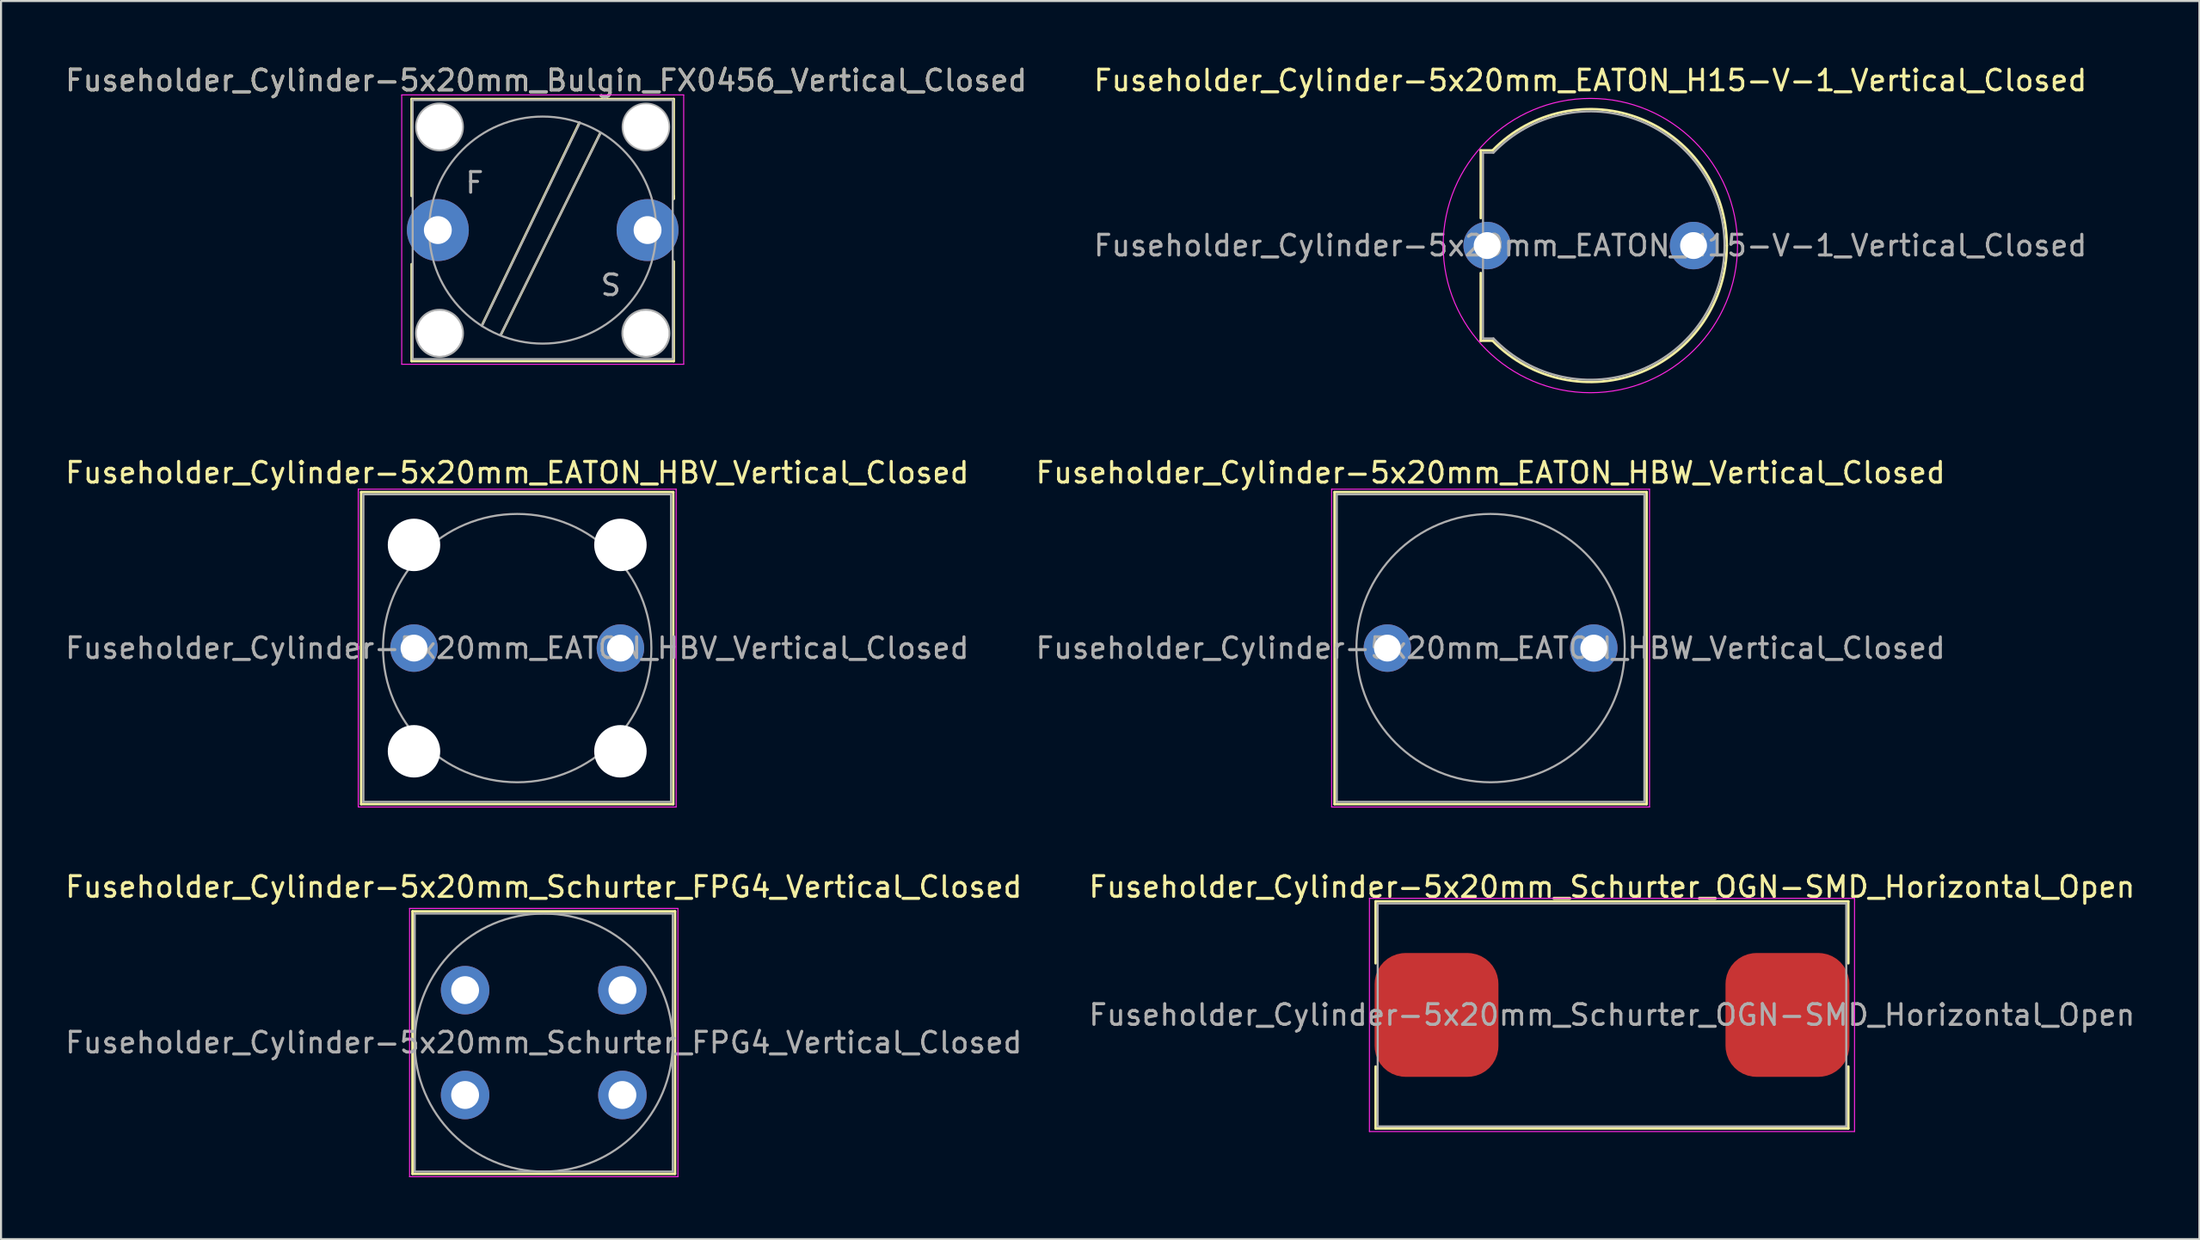
<source format=kicad_pcb>
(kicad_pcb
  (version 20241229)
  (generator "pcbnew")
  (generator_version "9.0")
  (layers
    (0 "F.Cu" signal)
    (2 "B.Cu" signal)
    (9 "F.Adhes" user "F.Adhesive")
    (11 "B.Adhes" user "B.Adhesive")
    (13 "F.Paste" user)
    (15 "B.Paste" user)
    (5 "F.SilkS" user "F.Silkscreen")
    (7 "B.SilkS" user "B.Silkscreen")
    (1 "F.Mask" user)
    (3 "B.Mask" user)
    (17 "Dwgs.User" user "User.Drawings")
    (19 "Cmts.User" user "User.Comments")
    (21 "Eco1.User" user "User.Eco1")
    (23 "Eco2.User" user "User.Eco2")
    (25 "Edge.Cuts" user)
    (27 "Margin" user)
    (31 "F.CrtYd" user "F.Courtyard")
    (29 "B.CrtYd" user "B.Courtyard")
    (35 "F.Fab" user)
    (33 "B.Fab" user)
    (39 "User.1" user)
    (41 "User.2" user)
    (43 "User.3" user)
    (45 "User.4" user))
  (footprint "Fuseholder_Cylinder-5x20mm_Schurter_OGN-SMD_Horizontal_Open"
    (layer "F.Cu")
    (at 75.042 46.125)
    (property "Reference" "Fuseholder_Cylinder-5x20mm_Schurter_OGN-SMD_Horizontal_Open" (at 0 -6.2 0) (layer "F.SilkS") (effects (font (size 1 1) (thickness 0.15))))
    (attr smd)
    (fp_line (start -11.45 -5.5) (end -11.45 -2.5) (stroke (width 0.12) (type solid)) (layer "F.SilkS"))
    (fp_line (start -11.45 -5.5) (end 11.45 -5.5) (stroke (width 0.12) (type solid)) (layer "F.SilkS"))
    (fp_line (start -11.45 5.5) (end -11.45 2.5) (stroke (width 0.12) (type solid)) (layer "F.SilkS"))
    (fp_line (start -11.45 5.5) (end 11.45 5.5) (stroke (width 0.12) (type solid)) (layer "F.SilkS"))
    (fp_line (start 11.45 -5.5) (end 11.45 -2.5) (stroke (width 0.12) (type solid)) (layer "F.SilkS"))
    (fp_line (start 11.45 5.5) (end 11.45 2.5) (stroke (width 0.12) (type solid)) (layer "F.SilkS"))
    (fp_line (start -11.75 -5.65) (end 11.75 -5.65) (stroke (width 0.05) (type solid)) (layer "F.CrtYd"))
    (fp_line (start -11.75 5.65) (end -11.75 -5.65) (stroke (width 0.05) (type solid)) (layer "F.CrtYd"))
    (fp_line (start 11.75 5.65) (end -11.75 5.65) (stroke (width 0.05) (type solid)) (layer "F.CrtYd"))
    (fp_line (start 11.75 5.65) (end 11.75 -5.65) (stroke (width 0.05) (type solid)) (layer "F.CrtYd"))
    (fp_line (start -11.35 -5.4) (end -11.35 5.4) (stroke (width 0.1) (type solid)) (layer "F.Fab"))
    (fp_line (start -11.35 -5.4) (end 11.35 -5.4) (stroke (width 0.1) (type solid)) (layer "F.Fab"))
    (fp_line (start 11.35 -5.4) (end 11.35 5.4) (stroke (width 0.1) (type solid)) (layer "F.Fab"))
    (fp_line (start 11.35 5.4) (end -11.35 5.4) (stroke (width 0.1) (type solid)) (layer "F.Fab"))
    (fp_text user "${REFERENCE}" (at 0 0 0) (layer "F.Fab") (effects (font (size 1 1) (thickness 0.15))))
    (pad "1" smd roundrect (at -8.5 0) (size 6 6) (layers "F.Cu" "F.Mask" "F.Paste") (roundrect_rratio 0.25))
    (pad "2" smd roundrect (at 8.5 0) (size 6 6) (layers "F.Cu" "F.Mask" "F.Paste") (roundrect_rratio 0.25)))
  (footprint "Fuseholder_Cylinder-5x20mm_EATON_HBW_Vertical_Closed"
    (layer "F.Cu")
    (at 64.161 28.352)
    (property "Reference" "Fuseholder_Cylinder-5x20mm_EATON_HBW_Vertical_Closed" (at 5 -8.5 0) (layer "F.SilkS") (effects (font (size 1 1) (thickness 0.15))))
    (attr through_hole)
    (fp_line (start -2.56 -7.56) (end 12.56 -7.56) (stroke (width 0.12) (type solid)) (layer "F.SilkS"))
    (fp_line (start -2.56 7.56) (end -2.56 -7.56) (stroke (width 0.12) (type solid)) (layer "F.SilkS"))
    (fp_line (start 12.56 -7.56) (end 12.56 7.56) (stroke (width 0.12) (type solid)) (layer "F.SilkS"))
    (fp_line (start 12.56 7.56) (end -2.56 7.56) (stroke (width 0.12) (type solid)) (layer "F.SilkS"))
    (fp_line (start -2.7 -7.7) (end 12.7 -7.7) (stroke (width 0.05) (type solid)) (layer "F.CrtYd"))
    (fp_line (start -2.7 7.7) (end -2.7 -7.7) (stroke (width 0.05) (type solid)) (layer "F.CrtYd"))
    (fp_line (start 12.7 -7.7) (end 12.7 7.7) (stroke (width 0.05) (type solid)) (layer "F.CrtYd"))
    (fp_line (start 12.7 7.7) (end -2.7 7.7) (stroke (width 0.05) (type solid)) (layer "F.CrtYd"))
    (fp_line (start -2.45 -7.45) (end 12.45 -7.45) (stroke (width 0.1) (type solid)) (layer "F.Fab"))
    (fp_line (start -2.45 7.45) (end -2.45 -7.45) (stroke (width 0.1) (type solid)) (layer "F.Fab"))
    (fp_line (start 12.45 -7.45) (end 12.45 7.45) (stroke (width 0.1) (type solid)) (layer "F.Fab"))
    (fp_line (start 12.45 7.45) (end -2.45 7.45) (stroke (width 0.1) (type solid)) (layer "F.Fab"))
    (fp_circle (center 5 0) (end 11.5 0) (stroke (width 0.1) (type solid)) (fill no) (layer "F.Fab"))
    (fp_text user "${REFERENCE}" (at 5 0 0) (layer "F.Fab") (effects (font (size 1 1) (thickness 0.15))))
    (pad "1" thru_hole circle (at 0 0) (size 2.3 2.3) (drill 1.3) (layers "*.Cu" "*.Mask"))
    (pad "2" thru_hole circle (at 10 0) (size 2.3 2.3) (drill 1.3) (layers "*.Cu" "*.Mask")))
  (footprint "Fuseholder_Cylinder-5x20mm_Bulgin_FX0456_Vertical_Closed"
    (layer "F.Cu")
    (at 18.161 8.098)
    (property "Reference" "Fuseholder_Cylinder-5x20mm_Bulgin_FX0456_Vertical_Closed" (at 5.25 -7.25 0) (layer "F.SilkS") (effects (font (size 1 1) (thickness 0.15))))
    (attr through_hole)
    (fp_line (start -1.27 -6.35) (end -1.27 -1.65) (stroke (width 0.12) (type solid)) (layer "F.SilkS"))
    (fp_line (start -1.27 6.35) (end -1.27 1.65) (stroke (width 0.12) (type solid)) (layer "F.SilkS"))
    (fp_line (start -1.27 6.35) (end 11.43 6.35) (stroke (width 0.12) (type solid)) (layer "F.SilkS"))
    (fp_line (start 6.86 -5.21) (end 2.16 4.57) (stroke (width 0.12) (type solid)) (layer "F.SilkS"))
    (fp_line (start 7.87 -4.7) (end 3.05 5.08) (stroke (width 0.12) (type solid)) (layer "F.SilkS"))
    (fp_line (start 11.43 -6.35) (end -1.27 -6.35) (stroke (width 0.12) (type solid)) (layer "F.SilkS"))
    (fp_line (start 11.43 -6.35) (end 11.43 -1.52) (stroke (width 0.12) (type solid)) (layer "F.SilkS"))
    (fp_line (start 11.43 -1.52) (end 11.43 -1.65) (stroke (width 0.12) (type solid)) (layer "F.SilkS"))
    (fp_line (start 11.43 6.35) (end 11.43 1.52) (stroke (width 0.12) (type solid)) (layer "F.SilkS"))
    (fp_line (start -1.75 -6.55) (end -1.75 6.5) (stroke (width 0.05) (type solid)) (layer "F.CrtYd"))
    (fp_line (start -1.75 -6.55) (end 11.91 -6.55) (stroke (width 0.05) (type solid)) (layer "F.CrtYd"))
    (fp_line (start 11.91 6.5) (end -1.75 6.5) (stroke (width 0.05) (type solid)) (layer "F.CrtYd"))
    (fp_line (start 11.91 6.5) (end 11.91 -6.55) (stroke (width 0.05) (type solid)) (layer "F.CrtYd"))
    (fp_line (start -1.22 -6.3) (end -1.22 6.25) (stroke (width 0.1) (type solid)) (layer "F.Fab"))
    (fp_line (start -1.22 6.25) (end 11.38 6.25) (stroke (width 0.1) (type solid)) (layer "F.Fab"))
    (fp_line (start 3.03 5.1) (end 7.88 -4.7) (stroke (width 0.1) (type solid)) (layer "F.Fab"))
    (fp_line (start 6.88 -5.2) (end 2.13 4.65) (stroke (width 0.1) (type solid)) (layer "F.Fab"))
    (fp_line (start 11.38 -6.3) (end -1.22 -6.3) (stroke (width 0.1) (type solid)) (layer "F.Fab"))
    (fp_line (start 11.38 6.25) (end 11.38 -6.3) (stroke (width 0.1) (type solid)) (layer "F.Fab"))
    (fp_circle (center 0.08 -5) (end 0.48 -3.94) (stroke (width 0.1) (type solid)) (fill no) (layer "F.Fab"))
    (fp_circle (center 0.08 5) (end 0.58 6.02) (stroke (width 0.1) (type solid)) (fill no) (layer "F.Fab"))
    (fp_circle (center 5.08 0) (end 5.13 5.5) (stroke (width 0.1) (type solid)) (fill no) (layer "F.Fab"))
    (fp_circle (center 10.08 -5) (end 10.46 -3.94) (stroke (width 0.1) (type solid)) (fill no) (layer "F.Fab"))
    (fp_circle (center 10.08 5) (end 10.64 5.99) (stroke (width 0.1) (type solid)) (fill no) (layer "F.Fab"))
    (fp_text user "S" (at 8.38 2.67 0) (layer "F.Fab") (effects (font (size 1 1) (thickness 0.15))))
    (fp_text user "F" (at 1.78 -2.29 0) (layer "F.Fab") (effects (font (size 1 1) (thickness 0.15))))
    (fp_text user "${REFERENCE}" (at 5.25 -7.25 0) (layer "F.Fab") (effects (font (size 1 1) (thickness 0.15))))
    (pad "" np_thru_hole circle (at 0.08 -5) (size 2.2 2.2) (drill 2.2) (layers "*.Cu" "*.Mask"))
    (pad "" np_thru_hole circle (at 0.08 5) (size 2.2 2.2) (drill 2.2) (layers "*.Cu" "*.Mask"))
    (pad "" np_thru_hole circle (at 10.08 -5) (size 2.2 2.2) (drill 2.2) (layers "*.Cu" "*.Mask"))
    (pad "" np_thru_hole circle (at 10.08 5) (size 2.2 2.2) (drill 2.2) (layers "*.Cu" "*.Mask"))
    (pad "1" thru_hole circle (at 0 0) (size 3 3) (drill 1.35) (layers "*.Cu" "*.Mask"))
    (pad "2" thru_hole circle (at 10.16 0) (size 3 3) (drill 1.35) (layers "*.Cu" "*.Mask")))
  (footprint "Fuseholder_Cylinder-5x20mm_EATON_HBV_Vertical_Closed"
    (layer "F.Cu")
    (at 17.006 28.352)
    (property "Reference" "Fuseholder_Cylinder-5x20mm_EATON_HBV_Vertical_Closed" (at 5 -8.5 0) (layer "F.SilkS") (effects (font (size 1 1) (thickness 0.15))))
    (attr through_hole)
    (fp_line (start -2.56 -7.56) (end 12.56 -7.56) (stroke (width 0.12) (type solid)) (layer "F.SilkS"))
    (fp_line (start -2.56 7.56) (end -2.56 -7.56) (stroke (width 0.12) (type solid)) (layer "F.SilkS"))
    (fp_line (start 12.56 -7.56) (end 12.56 7.56) (stroke (width 0.12) (type solid)) (layer "F.SilkS"))
    (fp_line (start 12.56 7.56) (end -2.56 7.56) (stroke (width 0.12) (type solid)) (layer "F.SilkS"))
    (fp_line (start -2.7 -7.7) (end 12.7 -7.7) (stroke (width 0.05) (type solid)) (layer "F.CrtYd"))
    (fp_line (start -2.7 7.7) (end -2.7 -7.7) (stroke (width 0.05) (type solid)) (layer "F.CrtYd"))
    (fp_line (start 12.7 -7.7) (end 12.7 7.7) (stroke (width 0.05) (type solid)) (layer "F.CrtYd"))
    (fp_line (start 12.7 7.7) (end -2.7 7.7) (stroke (width 0.05) (type solid)) (layer "F.CrtYd"))
    (fp_line (start -2.45 -7.45) (end 12.45 -7.45) (stroke (width 0.1) (type solid)) (layer "F.Fab"))
    (fp_line (start -2.45 7.45) (end -2.45 -7.45) (stroke (width 0.1) (type solid)) (layer "F.Fab"))
    (fp_line (start 12.45 -7.45) (end 12.45 7.45) (stroke (width 0.1) (type solid)) (layer "F.Fab"))
    (fp_line (start 12.45 7.45) (end -2.45 7.45) (stroke (width 0.1) (type solid)) (layer "F.Fab"))
    (fp_circle (center 5 0) (end 11.5 0) (stroke (width 0.1) (type solid)) (fill no) (layer "F.Fab"))
    (fp_text user "${REFERENCE}" (at 5 0 0) (layer "F.Fab") (effects (font (size 1 1) (thickness 0.15))))
    (pad "" np_thru_hole circle (at 0 -5) (size 2.54 2.54) (drill 2.54) (layers "*.Cu" "*.Mask"))
    (pad "" np_thru_hole circle (at 0 5) (size 2.54 2.54) (drill 2.54) (layers "*.Cu" "*.Mask"))
    (pad "" np_thru_hole circle (at 10 -5) (size 2.54 2.54) (drill 2.54) (layers "*.Cu" "*.Mask"))
    (pad "" np_thru_hole circle (at 10 5) (size 2.54 2.54) (drill 2.54) (layers "*.Cu" "*.Mask"))
    (pad "1" thru_hole circle (at 0 0) (size 2.3 2.3) (drill 1.3) (layers "*.Cu" "*.Mask"))
    (pad "2" thru_hole circle (at 10 0) (size 2.3 2.3) (drill 1.3) (layers "*.Cu" "*.Mask")))
  (footprint "Fuseholder_Cylinder-5x20mm_Schurter_FPG4_Vertical_Closed"
    (layer "F.Cu")
    (at 19.482 44.925)
    (property "Reference" "Fuseholder_Cylinder-5x20mm_Schurter_FPG4_Vertical_Closed" (at 3.81 -5 0) (layer "F.SilkS") (effects (font (size 1 1) (thickness 0.15))))
    (attr through_hole)
    (fp_line (start -2.55 -3.82) (end 10.17 -3.82) (stroke (width 0.12) (type solid)) (layer "F.SilkS"))
    (fp_line (start -2.55 8.9) (end -2.55 -3.82) (stroke (width 0.12) (type solid)) (layer "F.SilkS"))
    (fp_line (start 10.17 -3.82) (end 10.17 8.9) (stroke (width 0.12) (type solid)) (layer "F.SilkS"))
    (fp_line (start 10.17 8.9) (end -2.55 8.9) (stroke (width 0.12) (type solid)) (layer "F.SilkS"))
    (fp_line (start -2.69 -3.96) (end 10.31 -3.96) (stroke (width 0.05) (type solid)) (layer "F.CrtYd"))
    (fp_line (start -2.69 9.04) (end -2.69 -3.96) (stroke (width 0.05) (type solid)) (layer "F.CrtYd"))
    (fp_line (start 10.31 -3.96) (end 10.31 9.04) (stroke (width 0.05) (type solid)) (layer "F.CrtYd"))
    (fp_line (start 10.31 9.04) (end -2.69 9.04) (stroke (width 0.05) (type solid)) (layer "F.CrtYd"))
    (fp_line (start -2.44 -3.71) (end 10.06 -3.71) (stroke (width 0.1) (type solid)) (layer "F.Fab"))
    (fp_line (start -2.44 8.79) (end -2.44 -3.71) (stroke (width 0.1) (type solid)) (layer "F.Fab"))
    (fp_line (start 10.06 -3.71) (end 10.06 8.79) (stroke (width 0.1) (type solid)) (layer "F.Fab"))
    (fp_line (start 10.06 8.79) (end -2.44 8.79) (stroke (width 0.1) (type solid)) (layer "F.Fab"))
    (fp_circle (center 3.81 2.54) (end 10.06 2.54) (stroke (width 0.1) (type solid)) (fill no) (layer "F.Fab"))
    (fp_text user "${REFERENCE}" (at 3.81 2.54 0) (layer "F.Fab") (effects (font (size 1 1) (thickness 0.15))))
    (pad "1" thru_hole circle (at 0 0) (size 2.35 2.35) (drill 1.35) (layers "*.Cu" "*.Mask"))
    (pad "1" thru_hole circle (at 0 5.08) (size 2.35 2.35) (drill 1.35) (layers "*.Cu" "*.Mask"))
    (pad "2" thru_hole circle (at 7.62 0) (size 2.35 2.35) (drill 1.35) (layers "*.Cu" "*.Mask"))
    (pad "2" thru_hole circle (at 7.62 5.08) (size 2.35 2.35) (drill 1.35) (layers "*.Cu" "*.Mask")))
  (footprint "Fuseholder_Cylinder-5x20mm_EATON_H15-V-1_Vertical_Closed"
    (layer "F.Cu")
    (at 68.994 8.848)
    (property "Reference" "Fuseholder_Cylinder-5x20mm_EATON_H15-V-1_Vertical_Closed" (at 5 -8 0) (layer "F.SilkS") (effects (font (size 1 1) (thickness 0.15))))
    (attr through_hole)
    (fp_line (start -0.31 -4.61) (end -0.31 -1.33) (stroke (width 0.12) (type solid)) (layer "F.SilkS"))
    (fp_line (start -0.31 1.33) (end -0.31 4.61) (stroke (width 0.12) (type solid)) (layer "F.SilkS"))
    (fp_line (start 0.26 -4.61) (end -0.31 -4.61) (stroke (width 0.12) (type solid)) (layer "F.SilkS"))
    (fp_line (start 0.26 4.61) (end -0.31 4.61) (stroke (width 0.12) (type solid)) (layer "F.SilkS"))
    (fp_arc (start 0.261221 -4.608261) (mid 7.486842 -6.124354) (end 11.61 0) (stroke (width 0.12) (type solid)) (layer "F.SilkS"))
    (fp_arc (start 11.61 0) (mid 7.486842 6.124354) (end 0.261221 4.608261) (stroke (width 0.12) (type solid)) (layer "F.SilkS"))
    (fp_circle (center 5 0) (end 12.13 0) (stroke (width 0.05) (type solid)) (fill no) (layer "F.CrtYd"))
    (fp_line (start -0.2 -4.5) (end -0.2 4.5) (stroke (width 0.1) (type solid)) (layer "F.Fab"))
    (fp_line (start 0.3 -4.5) (end -0.2 -4.5) (stroke (width 0.1) (type solid)) (layer "F.Fab"))
    (fp_line (start 0.3 4.5) (end -0.2 4.5) (stroke (width 0.1) (type solid)) (layer "F.Fab"))
    (fp_arc (start 0.308559 -4.498931) (mid 7.424421 -6.030935) (end 11.5 0) (stroke (width 0.1) (type solid)) (layer "F.Fab"))
    (fp_arc (start 11.5 0) (mid 7.424421 6.030936) (end 0.308559 4.498931) (stroke (width 0.1) (type solid)) (layer "F.Fab"))
    (fp_text user "${REFERENCE}" (at 5 0 0) (layer "F.Fab") (effects (font (size 1 1) (thickness 0.15))))
    (pad "1" thru_hole circle (at 0 0) (size 2.3 2.3) (drill 1.3) (layers "*.Cu" "*.Mask"))
    (pad "2" thru_hole circle (at 10 0) (size 2.3 2.3) (drill 1.3) (layers "*.Cu" "*.Mask")))
  (gr_rect
    (start -3 -3)
    (end 103.5 56.99)
    (stroke (width 0.1) (type default))
    (fill no)
    (layer "Edge.Cuts")))
</source>
